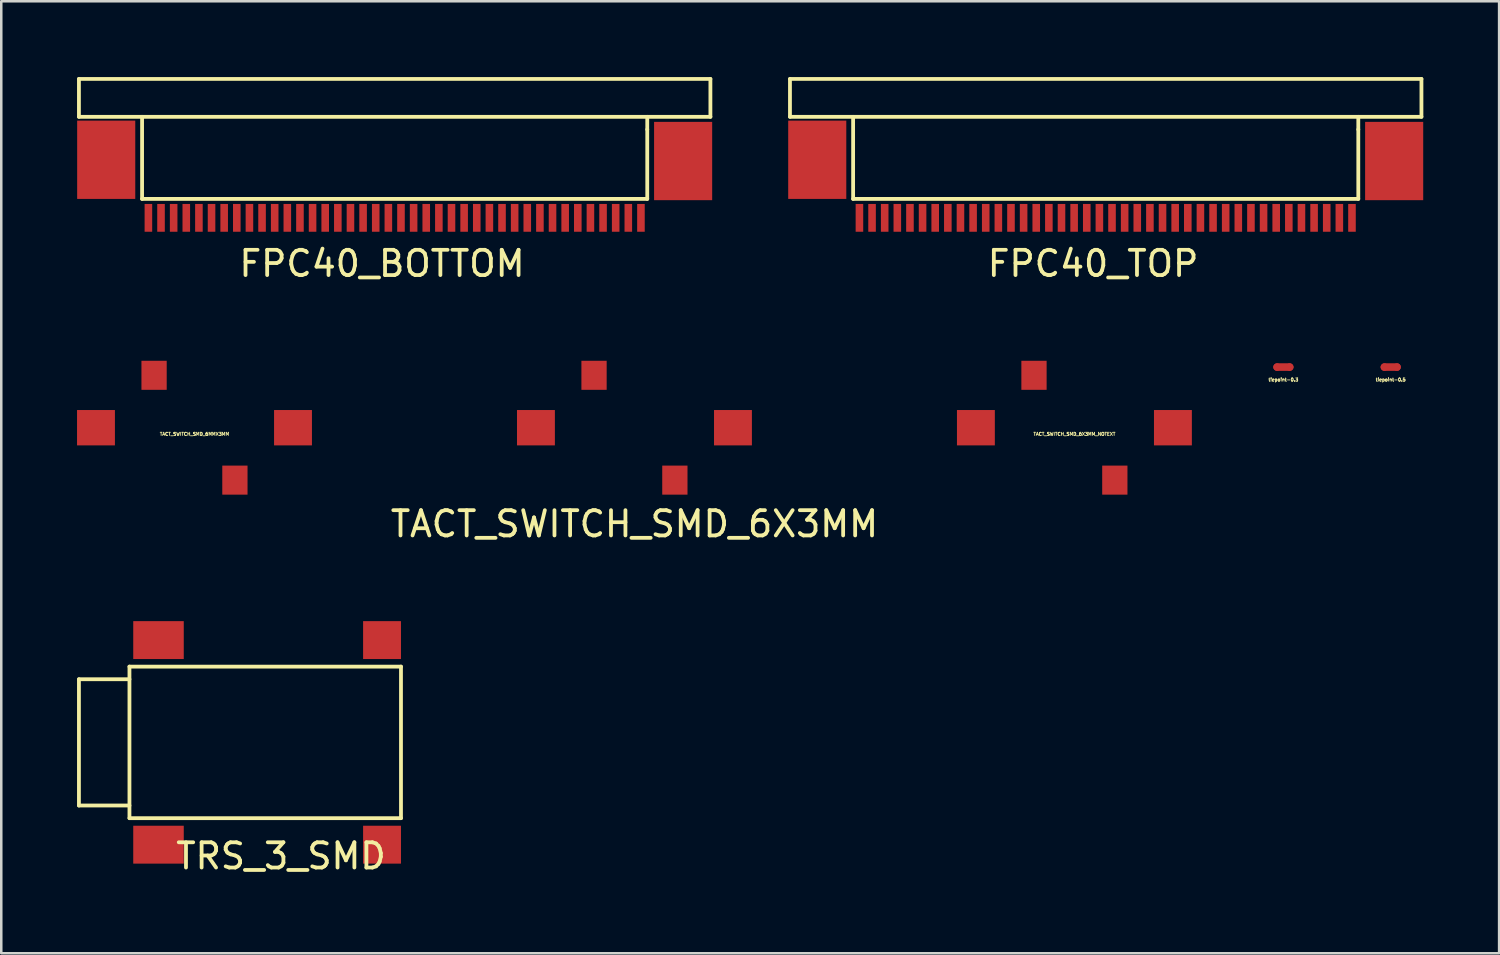
<source format=kicad_pcb>
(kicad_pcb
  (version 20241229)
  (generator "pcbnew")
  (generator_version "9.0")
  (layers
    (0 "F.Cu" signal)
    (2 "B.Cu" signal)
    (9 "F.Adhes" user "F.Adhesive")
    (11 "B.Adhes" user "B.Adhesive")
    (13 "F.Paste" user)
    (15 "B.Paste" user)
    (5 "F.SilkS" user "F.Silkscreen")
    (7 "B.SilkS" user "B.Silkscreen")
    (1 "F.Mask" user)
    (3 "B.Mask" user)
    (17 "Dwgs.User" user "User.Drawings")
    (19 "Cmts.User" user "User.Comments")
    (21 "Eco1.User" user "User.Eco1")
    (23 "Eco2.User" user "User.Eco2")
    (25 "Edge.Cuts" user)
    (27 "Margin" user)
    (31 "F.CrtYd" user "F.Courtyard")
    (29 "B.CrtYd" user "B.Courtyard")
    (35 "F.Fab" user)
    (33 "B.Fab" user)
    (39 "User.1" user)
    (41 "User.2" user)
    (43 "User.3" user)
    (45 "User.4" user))
  (footprint "FPC40_TOP"
    (layer "F.Cu")
    (at 40.725 3.575)
    (property "Reference" "FPC40_TOP" (at -0.5 3.81 0) (layer "F.SilkS") (effects (font (size 1 1) (thickness 0.15))))
    (attr through_hole)
    (fp_line (start -12.5 -3.5) (end 12.5 -3.5) (stroke (width 0.15) (type solid)) (layer "F.SilkS"))
    (fp_line (start -12.5 -2) (end -12.5 -3.5) (stroke (width 0.15) (type solid)) (layer "F.SilkS"))
    (fp_line (start -10 -2) (end -10 1.25) (stroke (width 0.15) (type solid)) (layer "F.SilkS"))
    (fp_line (start -10 1.25) (end 10 1.25) (stroke (width 0.15) (type solid)) (layer "F.SilkS"))
    (fp_line (start 10 -1.5) (end 10 -2) (stroke (width 0.15) (type solid)) (layer "F.SilkS"))
    (fp_line (start 10 1.25) (end 10 -1.5) (stroke (width 0.15) (type solid)) (layer "F.SilkS"))
    (fp_line (start 12.5 -3.5) (end 12.5 -2) (stroke (width 0.15) (type solid)) (layer "F.SilkS"))
    (fp_line (start 12.5 -2) (end -12.5 -2) (stroke (width 0.15) (type solid)) (layer "F.SilkS"))
    (pad "" smd rect (at -11.42 -0.3) (size 2.3 3.1) (layers "F.Cu" "F.Mask" "F.Paste"))
    (pad "" smd rect (at 11.42 -0.25) (size 2.3 3.1) (layers "F.Cu" "F.Mask" "F.Paste"))
    (pad "1" smd rect (at -9.75 2) (size 0.3 1.1) (layers "F.Cu" "F.Mask" "F.Paste"))
    (pad "2" smd rect (at -9.25 2) (size 0.3 1.1) (layers "F.Cu" "F.Mask" "F.Paste"))
    (pad "3" smd rect (at -8.75 2) (size 0.3 1.1) (layers "F.Cu" "F.Mask" "F.Paste"))
    (pad "4" smd rect (at -8.25 2) (size 0.3 1.1) (layers "F.Cu" "F.Mask" "F.Paste"))
    (pad "5" smd rect (at -7.75 2) (size 0.3 1.1) (layers "F.Cu" "F.Mask" "F.Paste"))
    (pad "6" smd rect (at -7.25 2) (size 0.3 1.1) (layers "F.Cu" "F.Mask" "F.Paste"))
    (pad "7" smd rect (at -6.75 2) (size 0.3 1.1) (layers "F.Cu" "F.Mask" "F.Paste"))
    (pad "8" smd rect (at -6.25 2) (size 0.3 1.1) (layers "F.Cu" "F.Mask" "F.Paste"))
    (pad "9" smd rect (at -5.75 2) (size 0.3 1.1) (layers "F.Cu" "F.Mask" "F.Paste"))
    (pad "10" smd rect (at -5.25 2) (size 0.3 1.1) (layers "F.Cu" "F.Mask" "F.Paste"))
    (pad "11" smd rect (at -4.75 2) (size 0.3 1.1) (layers "F.Cu" "F.Mask" "F.Paste"))
    (pad "12" smd rect (at -4.25 2) (size 0.3 1.1) (layers "F.Cu" "F.Mask" "F.Paste"))
    (pad "13" smd rect (at -3.75 2) (size 0.3 1.1) (layers "F.Cu" "F.Mask" "F.Paste"))
    (pad "14" smd rect (at -3.25 2) (size 0.3 1.1) (layers "F.Cu" "F.Mask" "F.Paste"))
    (pad "15" smd rect (at -2.75 2) (size 0.3 1.1) (layers "F.Cu" "F.Mask" "F.Paste"))
    (pad "16" smd rect (at -2.25 2) (size 0.3 1.1) (layers "F.Cu" "F.Mask" "F.Paste"))
    (pad "17" smd rect (at -1.75 2) (size 0.3 1.1) (layers "F.Cu" "F.Mask" "F.Paste"))
    (pad "18" smd rect (at -1.25 2) (size 0.3 1.1) (layers "F.Cu" "F.Mask" "F.Paste"))
    (pad "19" smd rect (at -0.75 2) (size 0.3 1.1) (layers "F.Cu" "F.Mask" "F.Paste"))
    (pad "20" smd rect (at -0.25 2) (size 0.3 1.1) (layers "F.Cu" "F.Mask" "F.Paste"))
    (pad "21" smd rect (at 0.25 2) (size 0.3 1.1) (layers "F.Cu" "F.Mask" "F.Paste"))
    (pad "22" smd rect (at 0.75 2) (size 0.3 1.1) (layers "F.Cu" "F.Mask" "F.Paste"))
    (pad "23" smd rect (at 1.25 2) (size 0.3 1.1) (layers "F.Cu" "F.Mask" "F.Paste"))
    (pad "24" smd rect (at 1.75 2) (size 0.3 1.1) (layers "F.Cu" "F.Mask" "F.Paste"))
    (pad "25" smd rect (at 2.25 2) (size 0.3 1.1) (layers "F.Cu" "F.Mask" "F.Paste"))
    (pad "26" smd rect (at 2.75 2) (size 0.3 1.1) (layers "F.Cu" "F.Mask" "F.Paste"))
    (pad "27" smd rect (at 3.25 2) (size 0.3 1.1) (layers "F.Cu" "F.Mask" "F.Paste"))
    (pad "28" smd rect (at 3.75 2) (size 0.3 1.1) (layers "F.Cu" "F.Mask" "F.Paste"))
    (pad "29" smd rect (at 4.25 2) (size 0.3 1.1) (layers "F.Cu" "F.Mask" "F.Paste"))
    (pad "30" smd rect (at 4.75 2) (size 0.3 1.1) (layers "F.Cu" "F.Mask" "F.Paste"))
    (pad "31" smd rect (at 5.25 2) (size 0.3 1.1) (layers "F.Cu" "F.Mask" "F.Paste"))
    (pad "32" smd rect (at 5.75 2) (size 0.3 1.1) (layers "F.Cu" "F.Mask" "F.Paste"))
    (pad "33" smd rect (at 6.25 2) (size 0.3 1.1) (layers "F.Cu" "F.Mask" "F.Paste"))
    (pad "34" smd rect (at 6.75 2) (size 0.3 1.1) (layers "F.Cu" "F.Mask" "F.Paste"))
    (pad "35" smd rect (at 7.25 2) (size 0.3 1.1) (layers "F.Cu" "F.Mask" "F.Paste"))
    (pad "36" smd rect (at 7.75 2) (size 0.3 1.1) (layers "F.Cu" "F.Mask" "F.Paste"))
    (pad "37" smd rect (at 8.25 2) (size 0.3 1.1) (layers "F.Cu" "F.Mask" "F.Paste"))
    (pad "38" smd rect (at 8.75 2) (size 0.3 1.1) (layers "F.Cu" "F.Mask" "F.Paste"))
    (pad "39" smd rect (at 9.25 2) (size 0.3 1.1) (layers "F.Cu" "F.Mask" "F.Paste"))
    (pad "40" smd rect (at 9.75 2) (size 0.3 1.1) (layers "F.Cu" "F.Mask" "F.Paste")))
  (footprint "TACT_SWITCH_SMD_6X3MM"
    (layer "F.Cu")
    (at 22.068 13.883)
    (property "Reference" "TACT_SWITCH_SMD_6X3MM" (at 0 3.81 0) (layer "F.SilkS") (effects (font (size 1 1) (thickness 0.15))))
    (attr through_hole)
    (pad "1" smd rect (at -3.9 0) (size 1.5 1.4) (layers "F.Cu" "F.Mask" "F.Paste"))
    (pad "2" smd rect (at 3.9 0) (size 1.5 1.4) (layers "F.Cu" "F.Mask" "F.Paste"))
    (pad "3" smd rect (at -1.6 -2.075) (size 1 1.15) (layers "F.Cu" "F.Mask" "F.Paste"))
    (pad "4" smd rect (at 1.6 2.075) (size 1 1.15) (layers "F.Cu" "F.Mask" "F.Paste")))
  (footprint "tiepoint-0.3"
    (layer "F.Cu")
    (at 47.76 11.483)
    (property "Reference" "tiepoint-0.3" (at 0 0.5 0) (layer "F.SilkS") (effects (font (size 0.127 0.127) (thickness 0.032))))
    (attr through_hole)
    (fp_line (start -0.25 0) (end 0.25 0) (stroke (width 0.3) (type solid)) (layer "F.Cu"))
    (pad "1" smd circle (at -0.25 0) (size 0.3 0.3) (layers "F.Cu"))
    (pad "2" smd circle (at 0.25 0) (size 0.3 0.3) (layers "F.Cu")))
  (footprint "FPC40_BOTTOM"
    (layer "F.Cu")
    (at 12.575 3.575)
    (property "Reference" "FPC40_BOTTOM" (at -0.5 3.81 0) (layer "F.SilkS") (effects (font (size 1 1) (thickness 0.15))))
    (attr through_hole)
    (fp_line (start -12.5 -3.5) (end 12.5 -3.5) (stroke (width 0.15) (type solid)) (layer "F.SilkS"))
    (fp_line (start -12.5 -2) (end -12.5 -3.5) (stroke (width 0.15) (type solid)) (layer "F.SilkS"))
    (fp_line (start -10 -2) (end -10 1.25) (stroke (width 0.15) (type solid)) (layer "F.SilkS"))
    (fp_line (start -10 1.25) (end 10 1.25) (stroke (width 0.15) (type solid)) (layer "F.SilkS"))
    (fp_line (start 10 -1.5) (end 10 -2) (stroke (width 0.15) (type solid)) (layer "F.SilkS"))
    (fp_line (start 10 1.25) (end 10 -1.5) (stroke (width 0.15) (type solid)) (layer "F.SilkS"))
    (fp_line (start 12.5 -3.5) (end 12.5 -2) (stroke (width 0.15) (type solid)) (layer "F.SilkS"))
    (fp_line (start 12.5 -2) (end -12.5 -2) (stroke (width 0.15) (type solid)) (layer "F.SilkS"))
    (pad "" smd rect (at -11.42 -0.3) (size 2.3 3.1) (layers "F.Cu" "F.Mask" "F.Paste"))
    (pad "" smd rect (at 11.42 -0.25) (size 2.3 3.1) (layers "F.Cu" "F.Mask" "F.Paste"))
    (pad "1" smd rect (at 9.75 2) (size 0.3 1.1) (layers "F.Cu" "F.Mask" "F.Paste"))
    (pad "2" smd rect (at 9.25 2) (size 0.3 1.1) (layers "F.Cu" "F.Mask" "F.Paste"))
    (pad "3" smd rect (at 8.75 2) (size 0.3 1.1) (layers "F.Cu" "F.Mask" "F.Paste"))
    (pad "4" smd rect (at 8.25 2) (size 0.3 1.1) (layers "F.Cu" "F.Mask" "F.Paste"))
    (pad "5" smd rect (at 7.75 2) (size 0.3 1.1) (layers "F.Cu" "F.Mask" "F.Paste"))
    (pad "6" smd rect (at 7.25 2) (size 0.3 1.1) (layers "F.Cu" "F.Mask" "F.Paste"))
    (pad "7" smd rect (at 6.75 2) (size 0.3 1.1) (layers "F.Cu" "F.Mask" "F.Paste"))
    (pad "8" smd rect (at 6.25 2) (size 0.3 1.1) (layers "F.Cu" "F.Mask" "F.Paste"))
    (pad "9" smd rect (at 5.75 2) (size 0.3 1.1) (layers "F.Cu" "F.Mask" "F.Paste"))
    (pad "10" smd rect (at 5.25 2) (size 0.3 1.1) (layers "F.Cu" "F.Mask" "F.Paste"))
    (pad "11" smd rect (at 4.75 2) (size 0.3 1.1) (layers "F.Cu" "F.Mask" "F.Paste"))
    (pad "12" smd rect (at 4.25 2) (size 0.3 1.1) (layers "F.Cu" "F.Mask" "F.Paste"))
    (pad "13" smd rect (at 3.75 2) (size 0.3 1.1) (layers "F.Cu" "F.Mask" "F.Paste"))
    (pad "14" smd rect (at 3.25 2) (size 0.3 1.1) (layers "F.Cu" "F.Mask" "F.Paste"))
    (pad "15" smd rect (at 2.75 2) (size 0.3 1.1) (layers "F.Cu" "F.Mask" "F.Paste"))
    (pad "16" smd rect (at 2.25 2) (size 0.3 1.1) (layers "F.Cu" "F.Mask" "F.Paste"))
    (pad "17" smd rect (at 1.75 2) (size 0.3 1.1) (layers "F.Cu" "F.Mask" "F.Paste"))
    (pad "18" smd rect (at 1.25 2) (size 0.3 1.1) (layers "F.Cu" "F.Mask" "F.Paste"))
    (pad "19" smd rect (at 0.75 2) (size 0.3 1.1) (layers "F.Cu" "F.Mask" "F.Paste"))
    (pad "20" smd rect (at 0.25 2) (size 0.3 1.1) (layers "F.Cu" "F.Mask" "F.Paste"))
    (pad "21" smd rect (at -0.25 2) (size 0.3 1.1) (layers "F.Cu" "F.Mask" "F.Paste"))
    (pad "22" smd rect (at -0.75 2) (size 0.3 1.1) (layers "F.Cu" "F.Mask" "F.Paste"))
    (pad "23" smd rect (at -1.25 2) (size 0.3 1.1) (layers "F.Cu" "F.Mask" "F.Paste"))
    (pad "24" smd rect (at -1.75 2) (size 0.3 1.1) (layers "F.Cu" "F.Mask" "F.Paste"))
    (pad "25" smd rect (at -2.25 2) (size 0.3 1.1) (layers "F.Cu" "F.Mask" "F.Paste"))
    (pad "26" smd rect (at -2.75 2) (size 0.3 1.1) (layers "F.Cu" "F.Mask" "F.Paste"))
    (pad "27" smd rect (at -3.25 2) (size 0.3 1.1) (layers "F.Cu" "F.Mask" "F.Paste"))
    (pad "28" smd rect (at -3.75 2) (size 0.3 1.1) (layers "F.Cu" "F.Mask" "F.Paste"))
    (pad "29" smd rect (at -4.25 2) (size 0.3 1.1) (layers "F.Cu" "F.Mask" "F.Paste"))
    (pad "30" smd rect (at -4.75 2) (size 0.3 1.1) (layers "F.Cu" "F.Mask" "F.Paste"))
    (pad "31" smd rect (at -5.25 2) (size 0.3 1.1) (layers "F.Cu" "F.Mask" "F.Paste"))
    (pad "32" smd rect (at -5.75 2) (size 0.3 1.1) (layers "F.Cu" "F.Mask" "F.Paste"))
    (pad "33" smd rect (at -6.25 2) (size 0.3 1.1) (layers "F.Cu" "F.Mask" "F.Paste"))
    (pad "34" smd rect (at -6.75 2) (size 0.3 1.1) (layers "F.Cu" "F.Mask" "F.Paste"))
    (pad "35" smd rect (at -7.25 2) (size 0.3 1.1) (layers "F.Cu" "F.Mask" "F.Paste"))
    (pad "36" smd rect (at -7.75 2) (size 0.3 1.1) (layers "F.Cu" "F.Mask" "F.Paste"))
    (pad "37" smd rect (at -8.25 2) (size 0.3 1.1) (layers "F.Cu" "F.Mask" "F.Paste"))
    (pad "38" smd rect (at -8.75 2) (size 0.3 1.1) (layers "F.Cu" "F.Mask" "F.Paste"))
    (pad "39" smd rect (at -9.25 2) (size 0.3 1.1) (layers "F.Cu" "F.Mask" "F.Paste"))
    (pad "40" smd rect (at -9.75 2) (size 0.3 1.1) (layers "F.Cu" "F.Mask" "F.Paste")))
  (footprint "TACT_SWITCH_SMD_6X3MM_NOTEXT"
    (layer "F.Cu")
    (at 39.486 13.883)
    (property "Reference" "TACT_SWITCH_SMD_6X3MM_NOTEXT" (at 0 0.25 0) (layer "F.SilkS") (effects (font (size 0.127 0.127) (thickness 0.032))))
    (attr through_hole)
    (pad "1" smd rect (at -3.9 0) (size 1.5 1.4) (layers "F.Cu" "F.Mask" "F.Paste"))
    (pad "2" smd rect (at 3.9 0) (size 1.5 1.4) (layers "F.Cu" "F.Mask" "F.Paste"))
    (pad "3" smd rect (at -1.6 -2.075) (size 1 1.15) (layers "F.Cu" "F.Mask" "F.Paste"))
    (pad "4" smd rect (at 1.6 2.075) (size 1 1.15) (layers "F.Cu" "F.Mask" "F.Paste")))
  (footprint "TACT_SWITCH_SMD_6MMX3MM"
    (layer "F.Cu")
    (at 4.65 13.883)
    (property "Reference" "TACT_SWITCH_SMD_6MMX3MM" (at 0 0.25 0) (layer "F.SilkS") (effects (font (size 0.127 0.127) (thickness 0.032))))
    (attr through_hole)
    (pad "1" smd rect (at -3.9 0) (size 1.5 1.4) (layers "F.Cu" "F.Mask" "F.Paste"))
    (pad "2" smd rect (at 3.9 0) (size 1.5 1.4) (layers "F.Cu" "F.Mask" "F.Paste"))
    (pad "3" smd rect (at -1.6 -2.075) (size 1 1.15) (layers "F.Cu" "F.Mask" "F.Paste"))
    (pad "4" smd rect (at 1.6 2.075) (size 1 1.15) (layers "F.Cu" "F.Mask" "F.Paste")))
  (footprint "TRS_3_SMD"
    (layer "F.Cu")
    (at 8.075 26.341)
    (property "Reference" "TRS_3_SMD" (at 0 4.5 0) (layer "F.SilkS") (effects (font (size 1 1) (thickness 0.15))))
    (attr through_hole)
    (fp_line (start -8 -2.5) (end -8 2.5) (stroke (width 0.15) (type solid)) (layer "F.SilkS"))
    (fp_line (start -8 2.5) (end -6 2.5) (stroke (width 0.15) (type solid)) (layer "F.SilkS"))
    (fp_line (start -6 -3) (end 4.75 -3) (stroke (width 0.15) (type solid)) (layer "F.SilkS"))
    (fp_line (start -6 -2.5) (end -8 -2.5) (stroke (width 0.15) (type solid)) (layer "F.SilkS"))
    (fp_line (start -6 3) (end -6 -3) (stroke (width 0.15) (type solid)) (layer "F.SilkS"))
    (fp_line (start 4.75 -3) (end 4.75 3) (stroke (width 0.15) (type solid)) (layer "F.SilkS"))
    (fp_line (start 4.75 3) (end -6 3) (stroke (width 0.15) (type solid)) (layer "F.SilkS"))
    (pad "1" smd rect (at -4.85 -4.05) (size 2 1.5) (layers "F.Cu" "F.Mask" "F.Paste"))
    (pad "1" smd rect (at -4.85 4.05) (size 2 1.5) (layers "F.Cu" "F.Mask" "F.Paste"))
    (pad "2" smd rect (at 4 -4.05) (size 1.5 1.5) (layers "F.Cu" "F.Mask" "F.Paste"))
    (pad "3" smd rect (at 4 4.05) (size 1.5 1.5) (layers "F.Cu" "F.Mask" "F.Paste")))
  (footprint "tiepoint-0.5"
    (layer "F.Cu")
    (at 52.009 11.483)
    (property "Reference" "tiepoint-0.5" (at 0 0.5 0) (layer "F.SilkS") (effects (font (size 0.127 0.127) (thickness 0.032))))
    (attr through_hole)
    (fp_line (start -0.25 0) (end 0.25 0) (stroke (width 0.3) (type solid)) (layer "F.Cu"))
    (pad "1" smd circle (at -0.25 0) (size 0.3 0.3) (layers "F.Cu"))
    (pad "2" smd circle (at 0.25 0) (size 0.3 0.3) (layers "F.Cu")))
  (gr_rect
    (start -3 -3)
    (end 56.3 34.69)
    (stroke (width 0.1) (type default))
    (fill no)
    (layer "Edge.Cuts")))
</source>
